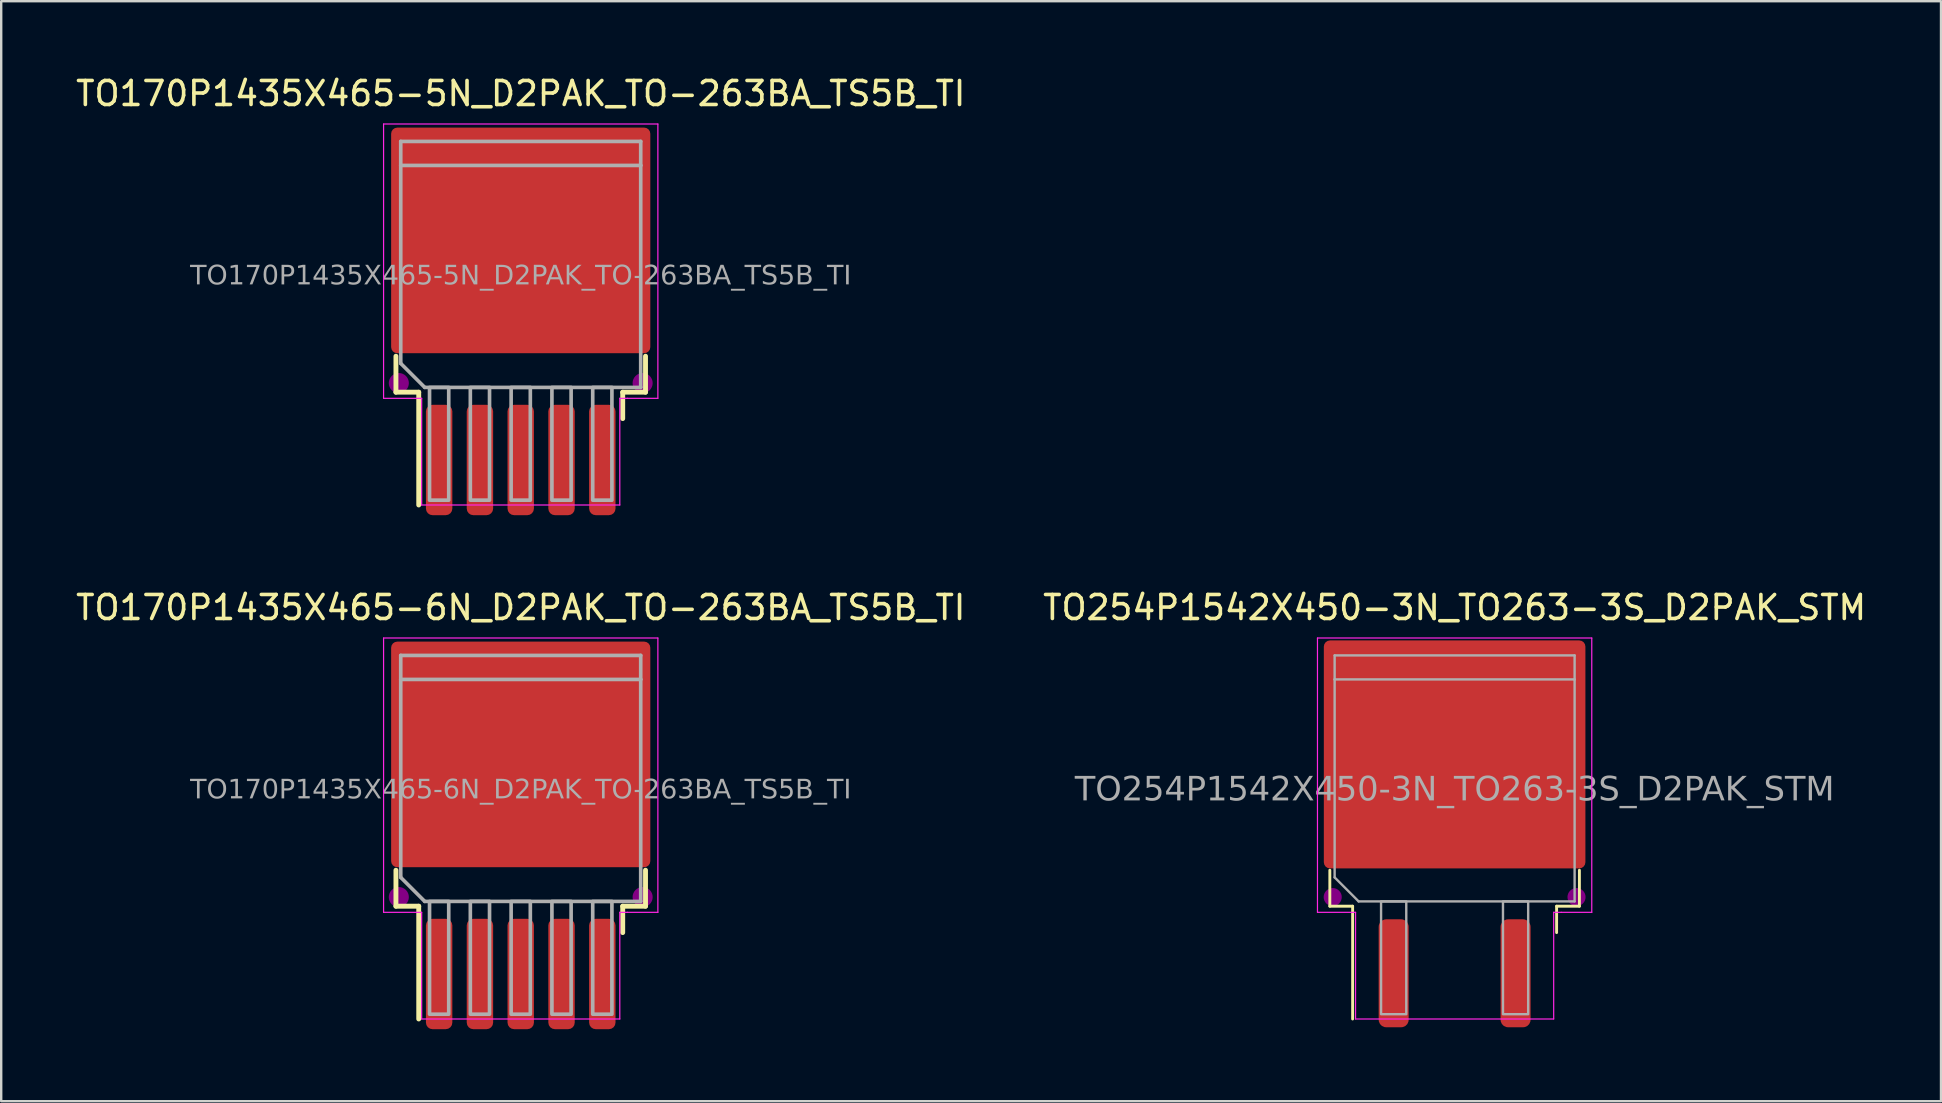
<source format=kicad_pcb>
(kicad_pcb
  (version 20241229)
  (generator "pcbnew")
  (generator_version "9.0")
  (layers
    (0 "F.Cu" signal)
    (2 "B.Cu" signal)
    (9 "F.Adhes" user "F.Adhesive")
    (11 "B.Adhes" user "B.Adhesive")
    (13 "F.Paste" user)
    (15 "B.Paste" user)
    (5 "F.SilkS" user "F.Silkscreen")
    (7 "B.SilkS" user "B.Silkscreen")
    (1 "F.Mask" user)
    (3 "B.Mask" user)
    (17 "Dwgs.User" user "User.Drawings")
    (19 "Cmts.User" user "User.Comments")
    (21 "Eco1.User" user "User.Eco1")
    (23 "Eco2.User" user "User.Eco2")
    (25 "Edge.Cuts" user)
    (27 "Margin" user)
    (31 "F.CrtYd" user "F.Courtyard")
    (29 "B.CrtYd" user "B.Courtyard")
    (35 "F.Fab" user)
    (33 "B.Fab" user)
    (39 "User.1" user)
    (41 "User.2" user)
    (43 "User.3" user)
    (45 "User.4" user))
  (footprint "TO254P1542X450-3N_TO263-3S_D2PAK_STM"
    (layer "F.Cu")
    (at 57.565 29.887)
    (property "Reference" "TO254P1542X450-3N_TO263-3S_D2PAK_STM" (at 0 -7.62 0) (layer "F.SilkS") (effects (font (size 1 1) (thickness 0.15))))
    (attr smd)
    (fp_line (start -5.2 3.325) (end -5.2 4.825) (stroke (width 0.12) (type solid)) (layer "F.SilkS"))
    (fp_line (start -5.2 4.825) (end -4.25 4.825) (stroke (width 0.12) (type solid)) (layer "F.SilkS"))
    (fp_line (start -4.25 4.825) (end -4.25 9.525) (stroke (width 0.12) (type solid)) (layer "F.SilkS"))
    (fp_line (start 4.25 4.825) (end 4.25 5.925) (stroke (width 0.12) (type solid)) (layer "F.SilkS"))
    (fp_line (start 5.2 3.325) (end 5.2 4.825) (stroke (width 0.12) (type solid)) (layer "F.SilkS"))
    (fp_line (start 5.2 4.825) (end 4.25 4.825) (stroke (width 0.12) (type solid)) (layer "F.SilkS"))
    (fp_circle (center -5.08 4.445) (end -4.763 4.445) (stroke (width 0.12) (type solid)) (fill yes) (layer "F.Adhes"))
    (fp_circle (center 5.08 4.445) (end 5.397 4.445) (stroke (width 0.12) (type solid)) (fill yes) (layer "F.Adhes"))
    (fp_line (start -5.715 -6.35) (end 5.715 -6.35) (stroke (width 0.05) (type default)) (layer "F.CrtYd"))
    (fp_line (start -5.715 5.08) (end -5.715 -6.35) (stroke (width 0.05) (type default)) (layer "F.CrtYd"))
    (fp_line (start -4.128 5.08) (end -5.715 5.08) (stroke (width 0.05) (type default)) (layer "F.CrtYd"))
    (fp_line (start -4.128 9.525) (end -4.128 5.08) (stroke (width 0.05) (type default)) (layer "F.CrtYd"))
    (fp_line (start 4.128 5.08) (end 4.128 9.525) (stroke (width 0.05) (type default)) (layer "F.CrtYd"))
    (fp_line (start 4.128 9.525) (end -4.128 9.525) (stroke (width 0.05) (type default)) (layer "F.CrtYd"))
    (fp_line (start 4.445 5.08) (end 4.128 5.08) (stroke (width 0.05) (type default)) (layer "F.CrtYd"))
    (fp_line (start 5.715 -6.35) (end 5.715 5.08) (stroke (width 0.05) (type default)) (layer "F.CrtYd"))
    (fp_line (start 5.715 5.08) (end 4.445 5.08) (stroke (width 0.05) (type default)) (layer "F.CrtYd"))
    (fp_line (start -5 -5.625) (end 5 -5.625) (stroke (width 0.1) (type solid)) (layer "F.Fab"))
    (fp_line (start -5 -4.625) (end -5 -5.625) (stroke (width 0.1) (type solid)) (layer "F.Fab"))
    (fp_line (start -5 -4.625) (end 5 -4.625) (stroke (width 0.1) (type solid)) (layer "F.Fab"))
    (fp_line (start -5 3.625) (end -5 -4.625) (stroke (width 0.1) (type solid)) (layer "F.Fab"))
    (fp_line (start -4 4.625) (end -5 3.625) (stroke (width 0.1) (type solid)) (layer "F.Fab"))
    (fp_line (start 5 -5.625) (end 5 -4.625) (stroke (width 0.1) (type solid)) (layer "F.Fab"))
    (fp_line (start 5 -4.625) (end 5 4.625) (stroke (width 0.1) (type solid)) (layer "F.Fab"))
    (fp_line (start 5 4.625) (end -4 4.625) (stroke (width 0.1) (type solid)) (layer "F.Fab"))
    (fp_rect (start -3.065 4.625) (end -2.015 9.325) (stroke (width 0.1) (type solid)) (fill no) (layer "F.Fab"))
    (fp_rect (start 2.015 4.625) (end 3.065 9.325) (stroke (width 0.1) (type solid)) (fill no) (layer "F.Fab"))
    (fp_text user "${REFERENCE}" (at 0 0 0) (layer "F.Fab") (effects (font (face "Tahoma") (size 1 1) (thickness 0.15))))
    (pad "" smd roundrect (at -2.775 0.925) (size 5.2 4.5) (property pad_prop_heatsink) (layers "F.Paste") (roundrect_rratio 0.055))
    (pad "" smd roundrect (at -2.75 -3.9) (size 5.2 4.5) (property pad_prop_heatsink) (layers "F.Paste") (roundrect_rratio 0.055))
    (pad "" smd roundrect (at 2.775 -3.925) (size 5.2 4.5) (property pad_prop_heatsink) (layers "F.Paste") (roundrect_rratio 0.055))
    (pad "" smd roundrect (at 2.775 0.875) (size 5.2 4.5) (property pad_prop_heatsink) (layers "F.Paste") (roundrect_rratio 0.055))
    (pad "1" smd roundrect (at -2.54 7.62 90) (size 4.5 1.25) (layers "F.Cu" "F.Mask" "F.Paste") (roundrect_rratio 0.25))
    (pad "2" smd roundrect (at 2.54 7.62 90) (size 4.5 1.25) (layers "F.Cu" "F.Mask" "F.Paste") (roundrect_rratio 0.25))
    (pad "3" smd roundrect (at 0 -1.5) (size 10.9 9.5) (property pad_prop_heatsink) (layers "F.Cu" "F.Mask") (roundrect_rratio 0.027)))
  (footprint "TO170P1435X465-5N_D2PAK_TO-263BA_TS5B_TI"
    (layer "F.Cu")
    (at 18.649 8.468)
    (property "Reference" "TO170P1435X465-5N_D2PAK_TO-263BA_TS5B_TI" (at 0 -7.62 0) (layer "F.SilkS") (effects (font (size 1 1) (thickness 0.15))))
    (attr smd)
    (fp_line (start -5.2 3.325) (end -5.2 4.825) (stroke (width 0.203) (type solid)) (layer "F.SilkS"))
    (fp_line (start -5.2 4.825) (end -4.25 4.825) (stroke (width 0.203) (type solid)) (layer "F.SilkS"))
    (fp_line (start -4.25 4.825) (end -4.25 9.525) (stroke (width 0.203) (type solid)) (layer "F.SilkS"))
    (fp_line (start 4.25 4.825) (end 4.25 5.925) (stroke (width 0.203) (type solid)) (layer "F.SilkS"))
    (fp_line (start 5.2 3.325) (end 5.2 4.825) (stroke (width 0.203) (type solid)) (layer "F.SilkS"))
    (fp_line (start 5.2 4.825) (end 4.25 4.825) (stroke (width 0.203) (type solid)) (layer "F.SilkS"))
    (fp_circle (center -5.08 4.445) (end -4.763 4.445) (stroke (width 0.203) (type solid)) (fill yes) (layer "F.Adhes"))
    (fp_circle (center 5.08 4.445) (end 5.397 4.445) (stroke (width 0.203) (type solid)) (fill yes) (layer "F.Adhes"))
    (fp_line (start -5.715 -6.35) (end 5.715 -6.35) (stroke (width 0.05) (type default)) (layer "F.CrtYd"))
    (fp_line (start -5.715 5.08) (end -5.715 -6.35) (stroke (width 0.05) (type default)) (layer "F.CrtYd"))
    (fp_line (start -4.128 5.08) (end -5.715 5.08) (stroke (width 0.05) (type default)) (layer "F.CrtYd"))
    (fp_line (start -4.128 9.525) (end -4.128 5.08) (stroke (width 0.05) (type default)) (layer "F.CrtYd"))
    (fp_line (start 4.128 5.08) (end 4.128 9.525) (stroke (width 0.05) (type default)) (layer "F.CrtYd"))
    (fp_line (start 4.128 9.525) (end -4.128 9.525) (stroke (width 0.05) (type default)) (layer "F.CrtYd"))
    (fp_line (start 4.445 5.08) (end 4.128 5.08) (stroke (width 0.05) (type default)) (layer "F.CrtYd"))
    (fp_line (start 5.715 -6.35) (end 5.715 5.08) (stroke (width 0.05) (type default)) (layer "F.CrtYd"))
    (fp_line (start 5.715 5.08) (end 4.445 5.08) (stroke (width 0.05) (type default)) (layer "F.CrtYd"))
    (fp_line (start -5 -5.625) (end 5 -5.625) (stroke (width 0.152) (type solid)) (layer "F.Fab"))
    (fp_line (start -5 -4.625) (end -5 -5.625) (stroke (width 0.152) (type solid)) (layer "F.Fab"))
    (fp_line (start -5 -4.625) (end 5 -4.625) (stroke (width 0.152) (type solid)) (layer "F.Fab"))
    (fp_line (start -5 3.625) (end -5 -4.625) (stroke (width 0.152) (type solid)) (layer "F.Fab"))
    (fp_line (start -4 4.625) (end -5 3.625) (stroke (width 0.152) (type solid)) (layer "F.Fab"))
    (fp_line (start 5 -5.625) (end 5 -4.625) (stroke (width 0.152) (type solid)) (layer "F.Fab"))
    (fp_line (start 5 -4.625) (end 5 4.625) (stroke (width 0.152) (type solid)) (layer "F.Fab"))
    (fp_line (start 5 4.625) (end -4 4.625) (stroke (width 0.152) (type solid)) (layer "F.Fab"))
    (fp_rect (start -3.8 4.625) (end -3 9.325) (stroke (width 0.152) (type solid)) (fill no) (layer "F.Fab"))
    (fp_rect (start -2.1 4.625) (end -1.3 9.325) (stroke (width 0.152) (type solid)) (fill no) (layer "F.Fab"))
    (fp_rect (start -0.4 4.625) (end 0.4 9.325) (stroke (width 0.152) (type solid)) (fill no) (layer "F.Fab"))
    (fp_rect (start 1.3 4.625) (end 2.1 9.325) (stroke (width 0.152) (type solid)) (fill no) (layer "F.Fab"))
    (fp_rect (start 3 4.625) (end 3.8 9.325) (stroke (width 0.152) (type solid)) (fill no) (layer "F.Fab"))
    (fp_text user "${REFERENCE}" (at 0 0 180) (layer "F.Fab") (effects (font (face "Tahoma") (size 0.8 0.8) (thickness 0.15))))
    (pad "" smd roundrect (at -2.775 -3.925 90) (size 4.55 5.25) (property pad_prop_heatsink) (layers "F.Paste") (roundrect_rratio 0.055))
    (pad "" smd roundrect (at -2.775 0.925 90) (size 4.55 5.25) (property pad_prop_heatsink) (layers "F.Paste") (roundrect_rratio 0.055))
    (pad "" smd roundrect (at 2.775 -3.925 90) (size 4.55 5.25) (property pad_prop_heatsink) (layers "F.Paste") (roundrect_rratio 0.055))
    (pad "" smd roundrect (at 2.775 0.925 90) (size 4.55 5.25) (property pad_prop_heatsink) (layers "F.Paste") (roundrect_rratio 0.055))
    (pad "1" smd roundrect (at -3.4 7.65 90) (size 4.6 1.1) (layers "F.Cu" "F.Mask" "F.Paste") (roundrect_rratio 0.25))
    (pad "2" smd roundrect (at -1.7 7.65 90) (size 4.6 1.1) (layers "F.Cu" "F.Mask" "F.Paste") (roundrect_rratio 0.25))
    (pad "3" smd roundrect (at 0 -1.5 90) (size 9.4 10.8) (property pad_prop_heatsink) (layers "F.Cu" "F.Mask") (roundrect_rratio 0.027))
    (pad "3" smd roundrect (at 0 7.65 90) (size 4.6 1.1) (layers "F.Cu" "F.Mask" "F.Paste") (roundrect_rratio 0.25))
    (pad "4" smd roundrect (at 1.7 7.65 90) (size 4.6 1.1) (layers "F.Cu" "F.Mask" "F.Paste") (roundrect_rratio 0.25))
    (pad "5" smd roundrect (at 3.4 7.65 90) (size 4.6 1.1) (layers "F.Cu" "F.Mask" "F.Paste") (roundrect_rratio 0.25)))
  (footprint "TO170P1435X465-6N_D2PAK_TO-263BA_TS5B_TI"
    (layer "F.Cu")
    (at 18.649 29.887)
    (property "Reference" "TO170P1435X465-6N_D2PAK_TO-263BA_TS5B_TI" (at 0 -7.62 0) (layer "F.SilkS") (effects (font (size 1 1) (thickness 0.15))))
    (attr smd)
    (fp_line (start -5.2 3.325) (end -5.2 4.825) (stroke (width 0.203) (type solid)) (layer "F.SilkS"))
    (fp_line (start -5.2 4.825) (end -4.25 4.825) (stroke (width 0.203) (type solid)) (layer "F.SilkS"))
    (fp_line (start -4.25 4.825) (end -4.25 9.525) (stroke (width 0.203) (type solid)) (layer "F.SilkS"))
    (fp_line (start 4.25 4.825) (end 4.25 5.925) (stroke (width 0.203) (type solid)) (layer "F.SilkS"))
    (fp_line (start 5.2 3.325) (end 5.2 4.825) (stroke (width 0.203) (type solid)) (layer "F.SilkS"))
    (fp_line (start 5.2 4.825) (end 4.25 4.825) (stroke (width 0.203) (type solid)) (layer "F.SilkS"))
    (fp_circle (center -5.08 4.445) (end -4.763 4.445) (stroke (width 0.203) (type solid)) (fill yes) (layer "F.Adhes"))
    (fp_circle (center 5.08 4.445) (end 5.397 4.445) (stroke (width 0.203) (type solid)) (fill yes) (layer "F.Adhes"))
    (fp_line (start -5.715 -6.35) (end 5.715 -6.35) (stroke (width 0.05) (type default)) (layer "F.CrtYd"))
    (fp_line (start -5.715 5.08) (end -5.715 -6.35) (stroke (width 0.05) (type default)) (layer "F.CrtYd"))
    (fp_line (start -4.128 5.08) (end -5.715 5.08) (stroke (width 0.05) (type default)) (layer "F.CrtYd"))
    (fp_line (start -4.128 9.525) (end -4.128 5.08) (stroke (width 0.05) (type default)) (layer "F.CrtYd"))
    (fp_line (start 4.128 5.08) (end 4.128 9.525) (stroke (width 0.05) (type default)) (layer "F.CrtYd"))
    (fp_line (start 4.128 9.525) (end -4.128 9.525) (stroke (width 0.05) (type default)) (layer "F.CrtYd"))
    (fp_line (start 4.445 5.08) (end 4.128 5.08) (stroke (width 0.05) (type default)) (layer "F.CrtYd"))
    (fp_line (start 5.715 -6.35) (end 5.715 5.08) (stroke (width 0.05) (type default)) (layer "F.CrtYd"))
    (fp_line (start 5.715 5.08) (end 4.445 5.08) (stroke (width 0.05) (type default)) (layer "F.CrtYd"))
    (fp_line (start -5 -5.625) (end 5 -5.625) (stroke (width 0.152) (type solid)) (layer "F.Fab"))
    (fp_line (start -5 -4.625) (end -5 -5.625) (stroke (width 0.152) (type solid)) (layer "F.Fab"))
    (fp_line (start -5 -4.625) (end 5 -4.625) (stroke (width 0.152) (type solid)) (layer "F.Fab"))
    (fp_line (start -5 3.625) (end -5 -4.625) (stroke (width 0.152) (type solid)) (layer "F.Fab"))
    (fp_line (start -4 4.625) (end -5 3.625) (stroke (width 0.152) (type solid)) (layer "F.Fab"))
    (fp_line (start 5 -5.625) (end 5 -4.625) (stroke (width 0.152) (type solid)) (layer "F.Fab"))
    (fp_line (start 5 -4.625) (end 5 4.625) (stroke (width 0.152) (type solid)) (layer "F.Fab"))
    (fp_line (start 5 4.625) (end -4 4.625) (stroke (width 0.152) (type solid)) (layer "F.Fab"))
    (fp_rect (start -3.8 4.625) (end -3 9.325) (stroke (width 0.152) (type solid)) (fill no) (layer "F.Fab"))
    (fp_rect (start -2.1 4.625) (end -1.3 9.325) (stroke (width 0.152) (type solid)) (fill no) (layer "F.Fab"))
    (fp_rect (start -0.4 4.625) (end 0.4 9.325) (stroke (width 0.152) (type solid)) (fill no) (layer "F.Fab"))
    (fp_rect (start 1.3 4.625) (end 2.1 9.325) (stroke (width 0.152) (type solid)) (fill no) (layer "F.Fab"))
    (fp_rect (start 3 4.625) (end 3.8 9.325) (stroke (width 0.152) (type solid)) (fill no) (layer "F.Fab"))
    (fp_text user "${REFERENCE}" (at 0 0 180) (layer "F.Fab") (effects (font (face "Tahoma") (size 0.8 0.8) (thickness 0.15))))
    (pad "" smd roundrect (at -2.775 -3.925 90) (size 4.55 5.25) (property pad_prop_heatsink) (layers "F.Paste") (roundrect_rratio 0.055))
    (pad "" smd roundrect (at -2.775 0.925 90) (size 4.55 5.25) (property pad_prop_heatsink) (layers "F.Paste") (roundrect_rratio 0.055))
    (pad "" smd roundrect (at 2.775 -3.925 90) (size 4.55 5.25) (property pad_prop_heatsink) (layers "F.Paste") (roundrect_rratio 0.055))
    (pad "" smd roundrect (at 2.775 0.925 90) (size 4.55 5.25) (property pad_prop_heatsink) (layers "F.Paste") (roundrect_rratio 0.055))
    (pad "1" smd roundrect (at -3.4 7.65 90) (size 4.6 1.1) (layers "F.Cu" "F.Mask" "F.Paste") (roundrect_rratio 0.25))
    (pad "2" smd roundrect (at -1.7 7.65 90) (size 4.6 1.1) (layers "F.Cu" "F.Mask" "F.Paste") (roundrect_rratio 0.25))
    (pad "3" smd roundrect (at 0 -1.5 90) (size 9.4 10.8) (property pad_prop_heatsink) (layers "F.Cu" "F.Mask") (roundrect_rratio 0.027))
    (pad "3" smd roundrect (at 0 7.65 90) (size 4.6 1.1) (layers "F.Cu" "F.Mask" "F.Paste") (roundrect_rratio 0.25))
    (pad "4" smd roundrect (at 1.7 7.65 90) (size 4.6 1.1) (layers "F.Cu" "F.Mask" "F.Paste") (roundrect_rratio 0.25))
    (pad "5" smd roundrect (at 3.4 7.65 90) (size 4.6 1.1) (layers "F.Cu" "F.Mask" "F.Paste") (roundrect_rratio 0.25)))
  (gr_rect
    (start -3 -3)
    (end 77.833 42.837)
    (stroke (width 0.1) (type default))
    (fill no)
    (layer "Edge.Cuts")))
</source>
